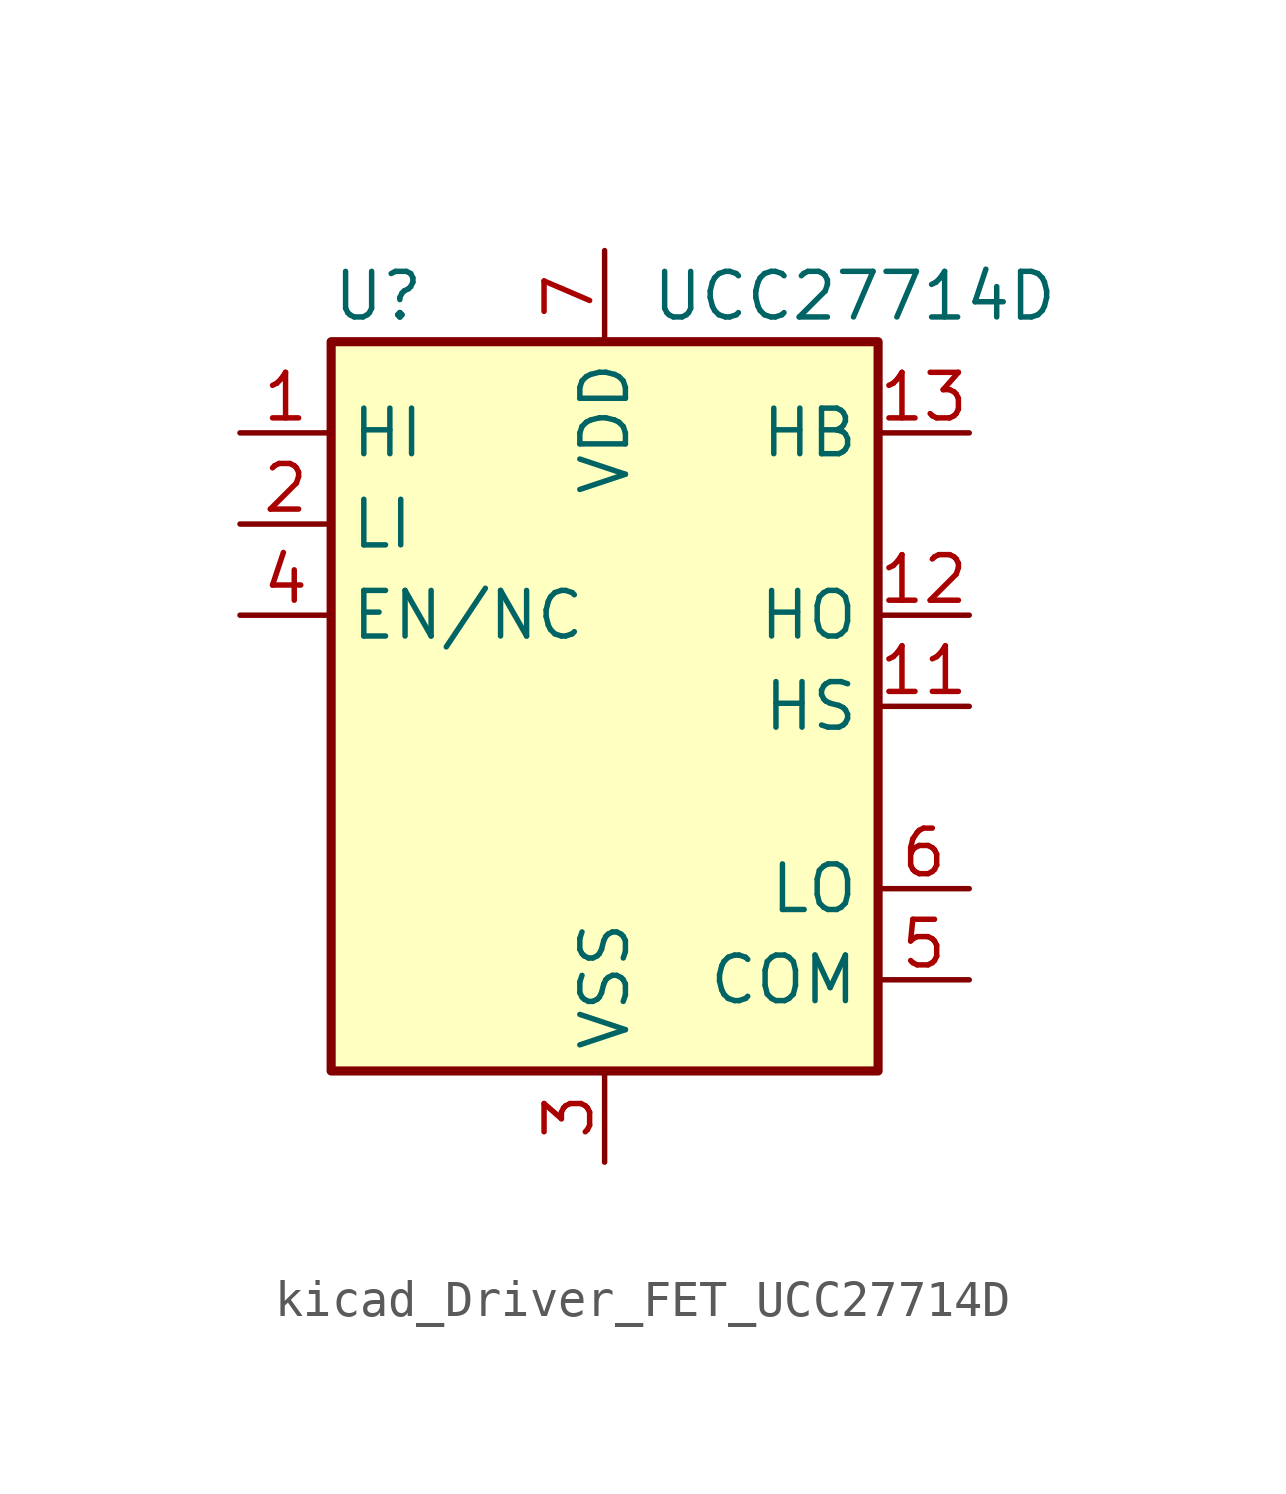
<source format=kicad_sym>
(kicad_symbol_lib
  (version 20220914)
  (generator kicad_symbol_editor)
  (symbol "kicad_Driver_FET_UCC27714D"
    (property "Reference" "U"
      (at -7.62 11.43 0)
      (effects (font (size 1.27 1.27)) (justify left)))
    (property "Value" "UCC27714D"
      (at 1.27 11.43 0)
      (effects (font (size 1.27 1.27)) (justify left)))
    (symbol "kicad_Driver_FET_UCC27714D_0_1"
      (rectangle (start -7.62 10.16) (end 7.62 -10.16) (stroke (width 0.254) (type default)) (fill (type background))))
    (symbol "kicad_Driver_FET_UCC27714D_1_1"
      (pin input line (at -10.16 7.62 0) (length 2.54) (name "HI" (effects (font (size 1.27 1.27)))) (number "1" (effects (font (size 1.27 1.27)))))
      (pin no_connect line (at -7.62 -5.08 0) (length 2.54) hide (name "NC" (effects (font (size 1.27 1.27)))) (number "10" (effects (font (size 1.27 1.27)))))
      (pin passive line (at 10.16 0 180) (length 2.54) (name "HS" (effects (font (size 1.27 1.27)))) (number "11" (effects (font (size 1.27 1.27)))))
      (pin output line (at 10.16 2.54 180) (length 2.54) (name "HO" (effects (font (size 1.27 1.27)))) (number "12" (effects (font (size 1.27 1.27)))))
      (pin input line (at 10.16 7.62 180) (length 2.54) (name "HB" (effects (font (size 1.27 1.27)))) (number "13" (effects (font (size 1.27 1.27)))))
      (pin no_connect line (at -7.62 -7.62 0) (length 2.54) hide (name "NC" (effects (font (size 1.27 1.27)))) (number "14" (effects (font (size 1.27 1.27)))))
      (pin input line (at -10.16 5.08 0) (length 2.54) (name "LI" (effects (font (size 1.27 1.27)))) (number "2" (effects (font (size 1.27 1.27)))))
      (pin power_in line (at 0 -12.7 90) (length 2.54) (name "VSS" (effects (font (size 1.27 1.27)))) (number "3" (effects (font (size 1.27 1.27)))))
      (pin input line (at -10.16 2.54 0) (length 2.54) (name "EN/NC" (effects (font (size 1.27 1.27)))) (number "4" (effects (font (size 1.27 1.27)))))
      (pin passive line (at 10.16 -7.62 180) (length 2.54) (name "COM" (effects (font (size 1.27 1.27)))) (number "5" (effects (font (size 1.27 1.27)))))
      (pin output line (at 10.16 -5.08 180) (length 2.54) (name "LO" (effects (font (size 1.27 1.27)))) (number "6" (effects (font (size 1.27 1.27)))))
      (pin power_in line (at 0 12.7 270) (length 2.54) (name "VDD" (effects (font (size 1.27 1.27)))) (number "7" (effects (font (size 1.27 1.27)))))
      (pin no_connect line (at -7.62 0 0) (length 2.54) hide (name "NC" (effects (font (size 1.27 1.27)))) (number "8" (effects (font (size 1.27 1.27)))))
      (pin no_connect line (at -7.62 -2.54 0) (length 2.54) hide (name "NC" (effects (font (size 1.27 1.27)))) (number "9" (effects (font (size 1.27 1.27))))))))
</source>
